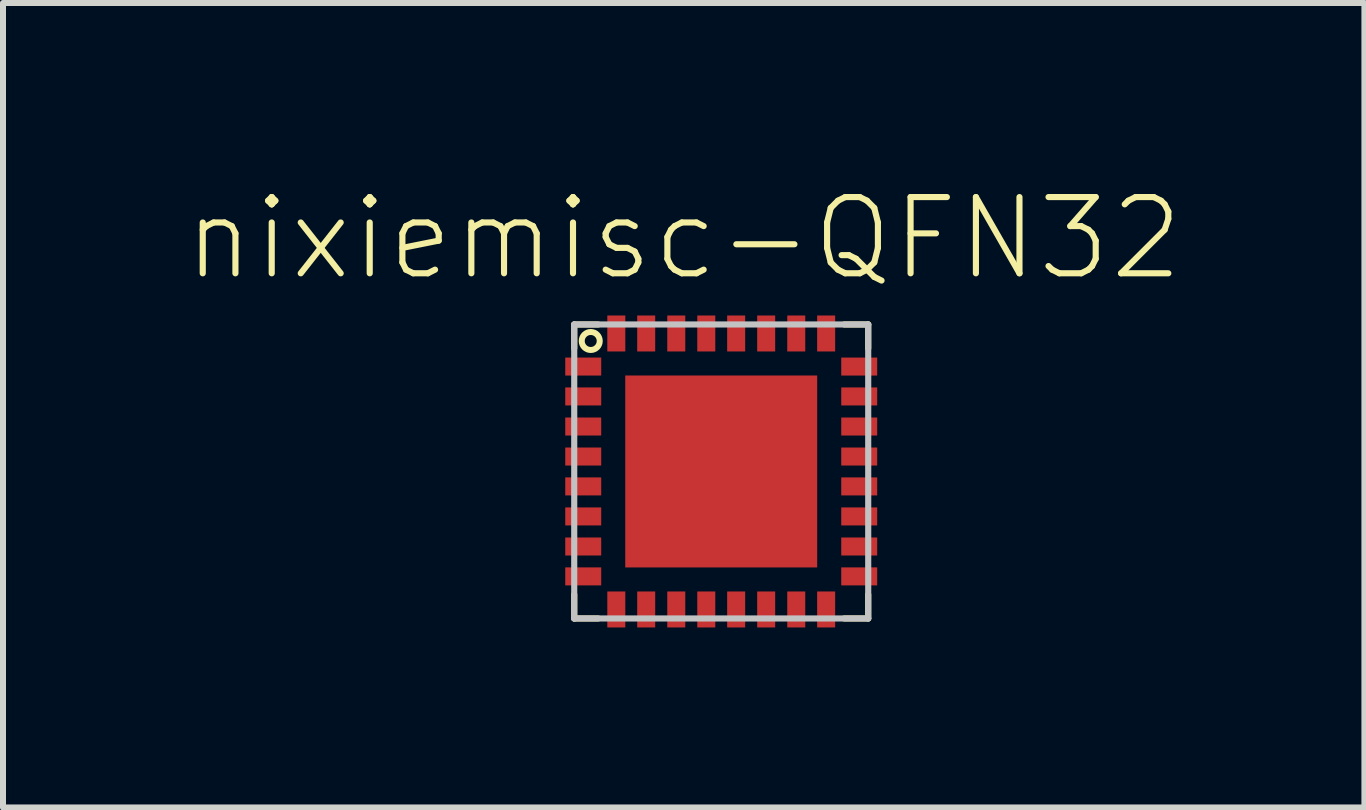
<source format=kicad_pcb>
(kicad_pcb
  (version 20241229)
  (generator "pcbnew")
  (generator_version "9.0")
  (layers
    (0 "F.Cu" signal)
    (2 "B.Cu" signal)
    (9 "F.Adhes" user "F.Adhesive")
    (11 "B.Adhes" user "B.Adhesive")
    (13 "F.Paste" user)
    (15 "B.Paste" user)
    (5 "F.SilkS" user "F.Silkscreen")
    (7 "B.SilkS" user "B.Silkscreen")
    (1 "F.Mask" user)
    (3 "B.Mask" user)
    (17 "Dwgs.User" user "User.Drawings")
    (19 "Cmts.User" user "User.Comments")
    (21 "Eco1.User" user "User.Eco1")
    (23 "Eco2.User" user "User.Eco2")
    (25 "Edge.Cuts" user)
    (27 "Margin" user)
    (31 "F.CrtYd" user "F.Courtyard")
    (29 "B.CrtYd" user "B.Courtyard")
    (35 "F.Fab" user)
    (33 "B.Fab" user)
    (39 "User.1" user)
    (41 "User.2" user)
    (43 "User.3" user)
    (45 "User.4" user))
  (footprint "nixiemisc-QFN32"
    (layer "F.Cu")
    (at 8.966 4.805)
    (property "Reference" "nixiemisc-QFN32" (at -0.625 -3.884 0) (layer "F.SilkS") (effects (font (size 1.27 1.27) (thickness 0.102))))
    (attr smd)
    (fp_poly (pts (xy -2.548 -1.349) (xy -2.05 -1.349) (xy -2.05 -1.148) (xy -2.548 -1.148) (xy -2.548 -1.349)) (stroke (width 0.102) (type solid)) (fill no) (layer "F.Mask"))
    (fp_poly (pts (xy -2.548 -0.848) (xy -2.05 -0.848) (xy -2.05 -0.648) (xy -2.548 -0.648) (xy -2.548 -0.848)) (stroke (width 0.102) (type solid)) (fill no) (layer "F.Mask"))
    (fp_poly (pts (xy -2.548 -0.348) (xy -2.05 -0.348) (xy -2.05 -0.15) (xy -2.548 -0.15) (xy -2.548 -0.348)) (stroke (width 0.102) (type solid)) (fill no) (layer "F.Mask"))
    (fp_poly (pts (xy -2.548 0.15) (xy -2.05 0.15) (xy -2.05 0.348) (xy -2.548 0.348) (xy -2.548 0.15)) (stroke (width 0.102) (type solid)) (fill no) (layer "F.Mask"))
    (fp_poly (pts (xy -2.548 0.648) (xy -2.05 0.648) (xy -2.05 0.848) (xy -2.548 0.848) (xy -2.548 0.648)) (stroke (width 0.102) (type solid)) (fill no) (layer "F.Mask"))
    (fp_poly (pts (xy -2.548 1.148) (xy -2.05 1.148) (xy -2.05 1.349) (xy -2.548 1.349) (xy -2.548 1.148)) (stroke (width 0.102) (type solid)) (fill no) (layer "F.Mask"))
    (fp_poly (pts (xy -1.349 2.548) (xy -1.349 2.05) (xy -1.148 2.05) (xy -1.148 2.548) (xy -1.349 2.548)) (stroke (width 0.102) (type solid)) (fill no) (layer "F.Mask"))
    (fp_poly (pts (xy -1.323 -1.323) (xy 1.323 -1.323) (xy 1.323 1.323) (xy -1.323 1.323) (xy -1.323 -1.323)) (stroke (width 0.498) (type solid)) (fill no) (layer "F.Mask"))
    (fp_poly (pts (xy -1.148 -2.548) (xy -1.148 -2.05) (xy -1.349 -2.05) (xy -1.349 -2.548) (xy -1.148 -2.548)) (stroke (width 0.102) (type solid)) (fill no) (layer "F.Mask"))
    (fp_poly (pts (xy -0.848 2.548) (xy -0.848 2.05) (xy -0.648 2.05) (xy -0.648 2.548) (xy -0.848 2.548)) (stroke (width 0.102) (type solid)) (fill no) (layer "F.Mask"))
    (fp_poly (pts (xy -0.648 -2.548) (xy -0.648 -2.05) (xy -0.848 -2.05) (xy -0.848 -2.548) (xy -0.648 -2.548)) (stroke (width 0.102) (type solid)) (fill no) (layer "F.Mask"))
    (fp_poly (pts (xy -0.348 2.548) (xy -0.348 2.05) (xy -0.15 2.05) (xy -0.15 2.548) (xy -0.348 2.548)) (stroke (width 0.102) (type solid)) (fill no) (layer "F.Mask"))
    (fp_poly (pts (xy -0.15 -2.548) (xy -0.15 -2.05) (xy -0.348 -2.05) (xy -0.348 -2.548) (xy -0.15 -2.548)) (stroke (width 0.102) (type solid)) (fill no) (layer "F.Mask"))
    (fp_poly (pts (xy 0.15 2.548) (xy 0.15 2.05) (xy 0.348 2.05) (xy 0.348 2.548) (xy 0.15 2.548)) (stroke (width 0.102) (type solid)) (fill no) (layer "F.Mask"))
    (fp_poly (pts (xy 0.348 -2.548) (xy 0.348 -2.05) (xy 0.15 -2.05) (xy 0.15 -2.548) (xy 0.348 -2.548)) (stroke (width 0.102) (type solid)) (fill no) (layer "F.Mask"))
    (fp_poly (pts (xy 0.648 2.548) (xy 0.648 2.05) (xy 0.848 2.05) (xy 0.848 2.548) (xy 0.648 2.548)) (stroke (width 0.102) (type solid)) (fill no) (layer "F.Mask"))
    (fp_poly (pts (xy 0.848 -2.548) (xy 0.848 -2.05) (xy 0.648 -2.05) (xy 0.648 -2.548) (xy 0.848 -2.548)) (stroke (width 0.102) (type solid)) (fill no) (layer "F.Mask"))
    (fp_poly (pts (xy 1.148 2.548) (xy 1.148 2.05) (xy 1.349 2.05) (xy 1.349 2.548) (xy 1.148 2.548)) (stroke (width 0.102) (type solid)) (fill no) (layer "F.Mask"))
    (fp_poly (pts (xy 1.349 -2.548) (xy 1.349 -2.05) (xy 1.148 -2.05) (xy 1.148 -2.548) (xy 1.349 -2.548)) (stroke (width 0.102) (type solid)) (fill no) (layer "F.Mask"))
    (fp_poly (pts (xy 2.548 -1.148) (xy 2.05 -1.148) (xy 2.05 -1.349) (xy 2.548 -1.349) (xy 2.548 -1.148)) (stroke (width 0.102) (type solid)) (fill no) (layer "F.Mask"))
    (fp_poly (pts (xy 2.548 -0.648) (xy 2.05 -0.648) (xy 2.05 -0.848) (xy 2.548 -0.848) (xy 2.548 -0.648)) (stroke (width 0.102) (type solid)) (fill no) (layer "F.Mask"))
    (fp_poly (pts (xy 2.548 -0.15) (xy 2.05 -0.15) (xy 2.05 -0.348) (xy 2.548 -0.348) (xy 2.548 -0.15)) (stroke (width 0.102) (type solid)) (fill no) (layer "F.Mask"))
    (fp_poly (pts (xy 2.548 0.348) (xy 2.05 0.348) (xy 2.05 0.15) (xy 2.548 0.15) (xy 2.548 0.348)) (stroke (width 0.102) (type solid)) (fill no) (layer "F.Mask"))
    (fp_poly (pts (xy 2.548 0.848) (xy 2.05 0.848) (xy 2.05 0.648) (xy 2.548 0.648) (xy 2.548 0.848)) (stroke (width 0.102) (type solid)) (fill no) (layer "F.Mask"))
    (fp_poly (pts (xy 2.548 1.349) (xy 2.05 1.349) (xy 2.05 1.148) (xy 2.548 1.148) (xy 2.548 1.349)) (stroke (width 0.102) (type solid)) (fill no) (layer "F.Mask"))
    (fp_poly (pts (xy -2.548 -1.849) (xy -2.098 -1.849) (xy -2.05 -1.798) (xy -2.05 -1.648) (xy -2.548 -1.648) (xy -2.548 -1.849)) (stroke (width 0.102) (type solid)) (fill no) (layer "F.Mask"))
    (fp_poly (pts (xy -2.548 1.849) (xy -2.098 1.849) (xy -2.05 1.798) (xy -2.05 1.648) (xy -2.548 1.648) (xy -2.548 1.849)) (stroke (width 0.102) (type solid)) (fill no) (layer "F.Mask"))
    (fp_poly (pts (xy -1.849 -2.548) (xy -1.849 -2.098) (xy -1.798 -2.05) (xy -1.648 -2.05) (xy -1.648 -2.548) (xy -1.849 -2.548)) (stroke (width 0.102) (type solid)) (fill no) (layer "F.Mask"))
    (fp_poly (pts (xy -1.849 2.548) (xy -1.849 2.098) (xy -1.798 2.05) (xy -1.648 2.05) (xy -1.648 2.548) (xy -1.849 2.548)) (stroke (width 0.102) (type solid)) (fill no) (layer "F.Mask"))
    (fp_poly (pts (xy 1.849 -2.548) (xy 1.849 -2.098) (xy 1.798 -2.05) (xy 1.648 -2.05) (xy 1.648 -2.548) (xy 1.849 -2.548)) (stroke (width 0.102) (type solid)) (fill no) (layer "F.Mask"))
    (fp_poly (pts (xy 1.849 2.548) (xy 1.849 2.098) (xy 1.798 2.05) (xy 1.648 2.05) (xy 1.648 2.548) (xy 1.849 2.548)) (stroke (width 0.102) (type solid)) (fill no) (layer "F.Mask"))
    (fp_poly (pts (xy 2.548 -1.849) (xy 2.098 -1.849) (xy 2.05 -1.798) (xy 2.05 -1.648) (xy 2.548 -1.648) (xy 2.548 -1.849)) (stroke (width 0.102) (type solid)) (fill no) (layer "F.Mask"))
    (fp_poly (pts (xy 2.548 1.849) (xy 2.098 1.849) (xy 2.05 1.798) (xy 2.05 1.648) (xy 2.548 1.648) (xy 2.548 1.849)) (stroke (width 0.102) (type solid)) (fill no) (layer "F.Mask"))
    (fp_line (start -2.449 -2.449) (end -2.05 -2.449) (stroke (width 0.102) (type solid)) (layer "F.SilkS"))
    (fp_line (start -2.449 -2.05) (end -2.449 -2.449) (stroke (width 0.102) (type solid)) (layer "F.SilkS"))
    (fp_line (start -2.449 2.449) (end -2.449 2.05) (stroke (width 0.102) (type solid)) (layer "F.SilkS"))
    (fp_line (start -2.05 2.449) (end -2.449 2.449) (stroke (width 0.102) (type solid)) (layer "F.SilkS"))
    (fp_line (start 2.05 -2.449) (end 2.449 -2.449) (stroke (width 0.102) (type solid)) (layer "F.SilkS"))
    (fp_line (start 2.449 -2.449) (end 2.449 -2.05) (stroke (width 0.102) (type solid)) (layer "F.SilkS"))
    (fp_line (start 2.449 2.05) (end 2.449 2.449) (stroke (width 0.102) (type solid)) (layer "F.SilkS"))
    (fp_line (start 2.449 2.449) (end 2.05 2.449) (stroke (width 0.102) (type solid)) (layer "F.SilkS"))
    (fp_circle (center -2.174 -2.174) (end -2.174 -2.324) (stroke (width 0.1) (type solid)) (fill no) (layer "F.SilkS"))
    (fp_line (start -1.298 -1.4) (end -0.699 -1.4) (stroke (width 0.066) (type solid)) (layer "F.Paste"))
    (fp_line (start -1.298 -1.1) (end -1.298 -1.4) (stroke (width 0.066) (type solid)) (layer "F.Paste"))
    (fp_line (start -1.298 -1.1) (end -0.699 -1.1) (stroke (width 0.066) (type solid)) (layer "F.Paste"))
    (fp_line (start -1.298 -0.899) (end -0.699 -0.899) (stroke (width 0.066) (type solid)) (layer "F.Paste"))
    (fp_line (start -1.298 -0.599) (end -1.298 -0.899) (stroke (width 0.066) (type solid)) (layer "F.Paste"))
    (fp_line (start -1.298 -0.599) (end -0.699 -0.599) (stroke (width 0.066) (type solid)) (layer "F.Paste"))
    (fp_line (start -1.298 -0.399) (end -0.699 -0.399) (stroke (width 0.066) (type solid)) (layer "F.Paste"))
    (fp_line (start -1.298 -0.099) (end -1.298 -0.399) (stroke (width 0.066) (type solid)) (layer "F.Paste"))
    (fp_line (start -1.298 -0.099) (end -0.699 -0.099) (stroke (width 0.066) (type solid)) (layer "F.Paste"))
    (fp_line (start -1.298 0.099) (end -0.699 0.099) (stroke (width 0.066) (type solid)) (layer "F.Paste"))
    (fp_line (start -1.298 0.399) (end -1.298 0.099) (stroke (width 0.066) (type solid)) (layer "F.Paste"))
    (fp_line (start -1.298 0.399) (end -0.699 0.399) (stroke (width 0.066) (type solid)) (layer "F.Paste"))
    (fp_line (start -1.298 0.599) (end -0.699 0.599) (stroke (width 0.066) (type solid)) (layer "F.Paste"))
    (fp_line (start -1.298 0.899) (end -1.298 0.599) (stroke (width 0.066) (type solid)) (layer "F.Paste"))
    (fp_line (start -1.298 0.899) (end -0.699 0.899) (stroke (width 0.066) (type solid)) (layer "F.Paste"))
    (fp_line (start -1.298 1.1) (end -0.699 1.1) (stroke (width 0.066) (type solid)) (layer "F.Paste"))
    (fp_line (start -1.298 1.4) (end -1.298 1.1) (stroke (width 0.066) (type solid)) (layer "F.Paste"))
    (fp_line (start -1.298 1.4) (end -0.699 1.4) (stroke (width 0.066) (type solid)) (layer "F.Paste"))
    (fp_line (start -0.699 -1.1) (end -0.699 -1.4) (stroke (width 0.066) (type solid)) (layer "F.Paste"))
    (fp_line (start -0.699 -0.599) (end -0.699 -0.899) (stroke (width 0.066) (type solid)) (layer "F.Paste"))
    (fp_line (start -0.699 -0.099) (end -0.699 -0.399) (stroke (width 0.066) (type solid)) (layer "F.Paste"))
    (fp_line (start -0.699 0.399) (end -0.699 0.099) (stroke (width 0.066) (type solid)) (layer "F.Paste"))
    (fp_line (start -0.699 0.899) (end -0.699 0.599) (stroke (width 0.066) (type solid)) (layer "F.Paste"))
    (fp_line (start -0.699 1.4) (end -0.699 1.1) (stroke (width 0.066) (type solid)) (layer "F.Paste"))
    (fp_line (start -0.3 -1.4) (end 0.3 -1.4) (stroke (width 0.066) (type solid)) (layer "F.Paste"))
    (fp_line (start -0.3 -1.1) (end -0.3 -1.4) (stroke (width 0.066) (type solid)) (layer "F.Paste"))
    (fp_line (start -0.3 -1.1) (end 0.3 -1.1) (stroke (width 0.066) (type solid)) (layer "F.Paste"))
    (fp_line (start -0.3 -0.899) (end 0.3 -0.899) (stroke (width 0.066) (type solid)) (layer "F.Paste"))
    (fp_line (start -0.3 -0.599) (end -0.3 -0.899) (stroke (width 0.066) (type solid)) (layer "F.Paste"))
    (fp_line (start -0.3 -0.599) (end 0.3 -0.599) (stroke (width 0.066) (type solid)) (layer "F.Paste"))
    (fp_line (start -0.3 -0.399) (end 0.3 -0.399) (stroke (width 0.066) (type solid)) (layer "F.Paste"))
    (fp_line (start -0.3 -0.099) (end -0.3 -0.399) (stroke (width 0.066) (type solid)) (layer "F.Paste"))
    (fp_line (start -0.3 -0.099) (end 0.3 -0.099) (stroke (width 0.066) (type solid)) (layer "F.Paste"))
    (fp_line (start -0.3 0.099) (end 0.3 0.099) (stroke (width 0.066) (type solid)) (layer "F.Paste"))
    (fp_line (start -0.3 0.399) (end -0.3 0.099) (stroke (width 0.066) (type solid)) (layer "F.Paste"))
    (fp_line (start -0.3 0.399) (end 0.3 0.399) (stroke (width 0.066) (type solid)) (layer "F.Paste"))
    (fp_line (start -0.3 0.599) (end 0.3 0.599) (stroke (width 0.066) (type solid)) (layer "F.Paste"))
    (fp_line (start -0.3 0.899) (end -0.3 0.599) (stroke (width 0.066) (type solid)) (layer "F.Paste"))
    (fp_line (start -0.3 0.899) (end 0.3 0.899) (stroke (width 0.066) (type solid)) (layer "F.Paste"))
    (fp_line (start -0.3 1.1) (end 0.3 1.1) (stroke (width 0.066) (type solid)) (layer "F.Paste"))
    (fp_line (start -0.3 1.4) (end -0.3 1.1) (stroke (width 0.066) (type solid)) (layer "F.Paste"))
    (fp_line (start -0.3 1.4) (end 0.3 1.4) (stroke (width 0.066) (type solid)) (layer "F.Paste"))
    (fp_line (start 0.3 -1.1) (end 0.3 -1.4) (stroke (width 0.066) (type solid)) (layer "F.Paste"))
    (fp_line (start 0.3 -0.599) (end 0.3 -0.899) (stroke (width 0.066) (type solid)) (layer "F.Paste"))
    (fp_line (start 0.3 -0.099) (end 0.3 -0.399) (stroke (width 0.066) (type solid)) (layer "F.Paste"))
    (fp_line (start 0.3 0.399) (end 0.3 0.099) (stroke (width 0.066) (type solid)) (layer "F.Paste"))
    (fp_line (start 0.3 0.899) (end 0.3 0.599) (stroke (width 0.066) (type solid)) (layer "F.Paste"))
    (fp_line (start 0.3 1.4) (end 0.3 1.1) (stroke (width 0.066) (type solid)) (layer "F.Paste"))
    (fp_line (start 0.699 -1.4) (end 1.298 -1.4) (stroke (width 0.066) (type solid)) (layer "F.Paste"))
    (fp_line (start 0.699 -1.1) (end 0.699 -1.4) (stroke (width 0.066) (type solid)) (layer "F.Paste"))
    (fp_line (start 0.699 -1.1) (end 1.298 -1.1) (stroke (width 0.066) (type solid)) (layer "F.Paste"))
    (fp_line (start 0.699 -0.899) (end 1.298 -0.899) (stroke (width 0.066) (type solid)) (layer "F.Paste"))
    (fp_line (start 0.699 -0.599) (end 0.699 -0.899) (stroke (width 0.066) (type solid)) (layer "F.Paste"))
    (fp_line (start 0.699 -0.599) (end 1.298 -0.599) (stroke (width 0.066) (type solid)) (layer "F.Paste"))
    (fp_line (start 0.699 -0.399) (end 1.298 -0.399) (stroke (width 0.066) (type solid)) (layer "F.Paste"))
    (fp_line (start 0.699 -0.099) (end 0.699 -0.399) (stroke (width 0.066) (type solid)) (layer "F.Paste"))
    (fp_line (start 0.699 -0.099) (end 1.298 -0.099) (stroke (width 0.066) (type solid)) (layer "F.Paste"))
    (fp_line (start 0.699 0.099) (end 1.298 0.099) (stroke (width 0.066) (type solid)) (layer "F.Paste"))
    (fp_line (start 0.699 0.399) (end 0.699 0.099) (stroke (width 0.066) (type solid)) (layer "F.Paste"))
    (fp_line (start 0.699 0.399) (end 1.298 0.399) (stroke (width 0.066) (type solid)) (layer "F.Paste"))
    (fp_line (start 0.699 0.599) (end 1.298 0.599) (stroke (width 0.066) (type solid)) (layer "F.Paste"))
    (fp_line (start 0.699 0.899) (end 0.699 0.599) (stroke (width 0.066) (type solid)) (layer "F.Paste"))
    (fp_line (start 0.699 0.899) (end 1.298 0.899) (stroke (width 0.066) (type solid)) (layer "F.Paste"))
    (fp_line (start 0.699 1.1) (end 1.298 1.1) (stroke (width 0.066) (type solid)) (layer "F.Paste"))
    (fp_line (start 0.699 1.4) (end 0.699 1.1) (stroke (width 0.066) (type solid)) (layer "F.Paste"))
    (fp_line (start 0.699 1.4) (end 1.298 1.4) (stroke (width 0.066) (type solid)) (layer "F.Paste"))
    (fp_line (start 1.298 -1.1) (end 1.298 -1.4) (stroke (width 0.066) (type solid)) (layer "F.Paste"))
    (fp_line (start 1.298 -0.599) (end 1.298 -0.899) (stroke (width 0.066) (type solid)) (layer "F.Paste"))
    (fp_line (start 1.298 -0.099) (end 1.298 -0.399) (stroke (width 0.066) (type solid)) (layer "F.Paste"))
    (fp_line (start 1.298 0.399) (end 1.298 0.099) (stroke (width 0.066) (type solid)) (layer "F.Paste"))
    (fp_line (start 1.298 0.899) (end 1.298 0.599) (stroke (width 0.066) (type solid)) (layer "F.Paste"))
    (fp_line (start 1.298 1.4) (end 1.298 1.1) (stroke (width 0.066) (type solid)) (layer "F.Paste"))
    (fp_poly (pts (xy -2.525 -1.323) (xy -2.073 -1.323) (xy -2.073 -1.173) (xy -2.525 -1.173) (xy -2.525 -1.323)) (stroke (width 0.102) (type solid)) (fill no) (layer "F.Paste"))
    (fp_poly (pts (xy -2.525 -0.823) (xy -2.073 -0.823) (xy -2.073 -0.673) (xy -2.525 -0.673) (xy -2.525 -0.823)) (stroke (width 0.102) (type solid)) (fill no) (layer "F.Paste"))
    (fp_poly (pts (xy -2.525 -0.323) (xy -2.073 -0.323) (xy -2.073 -0.173) (xy -2.525 -0.173) (xy -2.525 -0.323)) (stroke (width 0.102) (type solid)) (fill no) (layer "F.Paste"))
    (fp_poly (pts (xy -2.525 0.173) (xy -2.073 0.173) (xy -2.073 0.323) (xy -2.525 0.323) (xy -2.525 0.173)) (stroke (width 0.102) (type solid)) (fill no) (layer "F.Paste"))
    (fp_poly (pts (xy -2.525 0.673) (xy -2.073 0.673) (xy -2.073 0.823) (xy -2.525 0.823) (xy -2.525 0.673)) (stroke (width 0.102) (type solid)) (fill no) (layer "F.Paste"))
    (fp_poly (pts (xy -2.525 1.173) (xy -2.073 1.173) (xy -2.073 1.323) (xy -2.525 1.323) (xy -2.525 1.173)) (stroke (width 0.102) (type solid)) (fill no) (layer "F.Paste"))
    (fp_poly (pts (xy -1.323 2.525) (xy -1.323 2.073) (xy -1.173 2.073) (xy -1.173 2.525) (xy -1.323 2.525)) (stroke (width 0.102) (type solid)) (fill no) (layer "F.Paste"))
    (fp_poly (pts (xy -1.173 -2.525) (xy -1.173 -2.073) (xy -1.323 -2.073) (xy -1.323 -2.525) (xy -1.173 -2.525)) (stroke (width 0.102) (type solid)) (fill no) (layer "F.Paste"))
    (fp_poly (pts (xy -0.823 2.525) (xy -0.823 2.073) (xy -0.673 2.073) (xy -0.673 2.525) (xy -0.823 2.525)) (stroke (width 0.102) (type solid)) (fill no) (layer "F.Paste"))
    (fp_poly (pts (xy -0.673 -2.525) (xy -0.673 -2.073) (xy -0.823 -2.073) (xy -0.823 -2.525) (xy -0.673 -2.525)) (stroke (width 0.102) (type solid)) (fill no) (layer "F.Paste"))
    (fp_poly (pts (xy -0.323 2.525) (xy -0.323 2.073) (xy -0.173 2.073) (xy -0.173 2.525) (xy -0.323 2.525)) (stroke (width 0.102) (type solid)) (fill no) (layer "F.Paste"))
    (fp_poly (pts (xy -0.173 -2.525) (xy -0.173 -2.073) (xy -0.323 -2.073) (xy -0.323 -2.525) (xy -0.173 -2.525)) (stroke (width 0.102) (type solid)) (fill no) (layer "F.Paste"))
    (fp_poly (pts (xy 0.173 2.525) (xy 0.173 2.073) (xy 0.323 2.073) (xy 0.323 2.525) (xy 0.173 2.525)) (stroke (width 0.102) (type solid)) (fill no) (layer "F.Paste"))
    (fp_poly (pts (xy 0.323 -2.525) (xy 0.323 -2.073) (xy 0.173 -2.073) (xy 0.173 -2.525) (xy 0.323 -2.525)) (stroke (width 0.102) (type solid)) (fill no) (layer "F.Paste"))
    (fp_poly (pts (xy 0.673 2.525) (xy 0.673 2.073) (xy 0.823 2.073) (xy 0.823 2.525) (xy 0.673 2.525)) (stroke (width 0.102) (type solid)) (fill no) (layer "F.Paste"))
    (fp_poly (pts (xy 0.823 -2.525) (xy 0.823 -2.073) (xy 0.673 -2.073) (xy 0.673 -2.525) (xy 0.823 -2.525)) (stroke (width 0.102) (type solid)) (fill no) (layer "F.Paste"))
    (fp_poly (pts (xy 1.173 2.525) (xy 1.173 2.073) (xy 1.323 2.073) (xy 1.323 2.525) (xy 1.173 2.525)) (stroke (width 0.102) (type solid)) (fill no) (layer "F.Paste"))
    (fp_poly (pts (xy 1.323 -2.525) (xy 1.323 -2.073) (xy 1.173 -2.073) (xy 1.173 -2.525) (xy 1.323 -2.525)) (stroke (width 0.102) (type solid)) (fill no) (layer "F.Paste"))
    (fp_poly (pts (xy 2.525 -1.173) (xy 2.073 -1.173) (xy 2.073 -1.323) (xy 2.525 -1.323) (xy 2.525 -1.173)) (stroke (width 0.102) (type solid)) (fill no) (layer "F.Paste"))
    (fp_poly (pts (xy 2.525 -0.673) (xy 2.073 -0.673) (xy 2.073 -0.823) (xy 2.525 -0.823) (xy 2.525 -0.673)) (stroke (width 0.102) (type solid)) (fill no) (layer "F.Paste"))
    (fp_poly (pts (xy 2.525 -0.173) (xy 2.073 -0.173) (xy 2.073 -0.323) (xy 2.525 -0.323) (xy 2.525 -0.173)) (stroke (width 0.102) (type solid)) (fill no) (layer "F.Paste"))
    (fp_poly (pts (xy 2.525 0.323) (xy 2.073 0.323) (xy 2.073 0.173) (xy 2.525 0.173) (xy 2.525 0.323)) (stroke (width 0.102) (type solid)) (fill no) (layer "F.Paste"))
    (fp_poly (pts (xy 2.525 0.823) (xy 2.073 0.823) (xy 2.073 0.673) (xy 2.525 0.673) (xy 2.525 0.823)) (stroke (width 0.102) (type solid)) (fill no) (layer "F.Paste"))
    (fp_poly (pts (xy 2.525 1.323) (xy 2.073 1.323) (xy 2.073 1.173) (xy 2.525 1.173) (xy 2.525 1.323)) (stroke (width 0.102) (type solid)) (fill no) (layer "F.Paste"))
    (fp_poly (pts (xy -2.525 -1.824) (xy -2.123 -1.824) (xy -2.073 -1.773) (xy -2.073 -1.674) (xy -2.525 -1.674) (xy -2.525 -1.824)) (stroke (width 0.102) (type solid)) (fill no) (layer "F.Paste"))
    (fp_poly (pts (xy -2.525 1.824) (xy -2.123 1.824) (xy -2.073 1.773) (xy -2.073 1.674) (xy -2.525 1.674) (xy -2.525 1.824)) (stroke (width 0.102) (type solid)) (fill no) (layer "F.Paste"))
    (fp_poly (pts (xy -1.824 -2.525) (xy -1.824 -2.123) (xy -1.773 -2.073) (xy -1.674 -2.073) (xy -1.674 -2.525) (xy -1.824 -2.525)) (stroke (width 0.102) (type solid)) (fill no) (layer "F.Paste"))
    (fp_poly (pts (xy -1.824 2.525) (xy -1.824 2.123) (xy -1.773 2.073) (xy -1.674 2.073) (xy -1.674 2.525) (xy -1.824 2.525)) (stroke (width 0.102) (type solid)) (fill no) (layer "F.Paste"))
    (fp_poly (pts (xy 1.824 -2.525) (xy 1.824 -2.123) (xy 1.773 -2.073) (xy 1.674 -2.073) (xy 1.674 -2.525) (xy 1.824 -2.525)) (stroke (width 0.102) (type solid)) (fill no) (layer "F.Paste"))
    (fp_poly (pts (xy 1.824 2.525) (xy 1.824 2.123) (xy 1.773 2.073) (xy 1.674 2.073) (xy 1.674 2.525) (xy 1.824 2.525)) (stroke (width 0.102) (type solid)) (fill no) (layer "F.Paste"))
    (fp_poly (pts (xy 2.525 -1.824) (xy 2.123 -1.824) (xy 2.073 -1.773) (xy 2.073 -1.674) (xy 2.525 -1.674) (xy 2.525 -1.824)) (stroke (width 0.102) (type solid)) (fill no) (layer "F.Paste"))
    (fp_poly (pts (xy 2.525 1.824) (xy 2.123 1.824) (xy 2.073 1.773) (xy 2.073 1.674) (xy 2.525 1.674) (xy 2.525 1.824)) (stroke (width 0.102) (type solid)) (fill no) (layer "F.Paste"))
    (fp_line (start -2.449 -2.449) (end 2.449 -2.449) (stroke (width 0.102) (type solid)) (layer "Dwgs.User"))
    (fp_line (start -2.449 2.449) (end -2.449 -2.449) (stroke (width 0.102) (type solid)) (layer "Dwgs.User"))
    (fp_line (start 2.449 -2.449) (end 2.449 2.449) (stroke (width 0.102) (type solid)) (layer "Dwgs.User"))
    (fp_line (start 2.449 2.449) (end -2.449 2.449) (stroke (width 0.102) (type solid)) (layer "Dwgs.User"))
    (pad "1" smd rect (at -2.299 -1.748) (size 0.599 0.3) (layers "F.Cu" "F.Mask" "F.Paste"))
    (pad "2" smd rect (at -2.299 -1.25) (size 0.599 0.3) (layers "F.Cu" "F.Mask" "F.Paste"))
    (pad "3" smd rect (at -2.299 -0.749) (size 0.599 0.3) (layers "F.Cu" "F.Mask" "F.Paste"))
    (pad "4" smd rect (at -2.299 -0.249) (size 0.599 0.3) (layers "F.Cu" "F.Mask" "F.Paste"))
    (pad "5" smd rect (at -2.299 0.249) (size 0.599 0.3) (layers "F.Cu" "F.Mask" "F.Paste"))
    (pad "6" smd rect (at -2.299 0.749) (size 0.599 0.3) (layers "F.Cu" "F.Mask" "F.Paste"))
    (pad "7" smd rect (at -2.299 1.25) (size 0.599 0.3) (layers "F.Cu" "F.Mask" "F.Paste"))
    (pad "8" smd rect (at -2.299 1.748) (size 0.599 0.3) (layers "F.Cu" "F.Mask" "F.Paste"))
    (pad "9" smd rect (at -1.748 2.299 90) (size 0.599 0.3) (layers "F.Cu" "F.Mask" "F.Paste"))
    (pad "10" smd rect (at -1.25 2.299 90) (size 0.599 0.3) (layers "F.Cu" "F.Mask" "F.Paste"))
    (pad "11" smd rect (at -0.749 2.299 90) (size 0.599 0.3) (layers "F.Cu" "F.Mask" "F.Paste"))
    (pad "12" smd rect (at -0.249 2.299 90) (size 0.599 0.3) (layers "F.Cu" "F.Mask" "F.Paste"))
    (pad "13" smd rect (at 0.249 2.299 90) (size 0.599 0.3) (layers "F.Cu" "F.Mask" "F.Paste"))
    (pad "14" smd rect (at 0.749 2.299 90) (size 0.599 0.3) (layers "F.Cu" "F.Mask" "F.Paste"))
    (pad "15" smd rect (at 1.25 2.299 90) (size 0.599 0.3) (layers "F.Cu" "F.Mask" "F.Paste"))
    (pad "16" smd rect (at 1.748 2.299 90) (size 0.599 0.3) (layers "F.Cu" "F.Mask" "F.Paste"))
    (pad "17" smd rect (at 2.299 1.748 180) (size 0.599 0.3) (layers "F.Cu" "F.Mask" "F.Paste"))
    (pad "18" smd rect (at 2.299 1.25 180) (size 0.599 0.3) (layers "F.Cu" "F.Mask" "F.Paste"))
    (pad "19" smd rect (at 2.299 0.749 180) (size 0.599 0.3) (layers "F.Cu" "F.Mask" "F.Paste"))
    (pad "20" smd rect (at 2.299 0.249 180) (size 0.599 0.3) (layers "F.Cu" "F.Mask" "F.Paste"))
    (pad "21" smd rect (at 2.299 -0.249 180) (size 0.599 0.3) (layers "F.Cu" "F.Mask" "F.Paste"))
    (pad "22" smd rect (at 2.299 -0.749 180) (size 0.599 0.3) (layers "F.Cu" "F.Mask" "F.Paste"))
    (pad "23" smd rect (at 2.299 -1.25 180) (size 0.599 0.3) (layers "F.Cu" "F.Mask" "F.Paste"))
    (pad "24" smd rect (at 2.299 -1.748 180) (size 0.599 0.3) (layers "F.Cu" "F.Mask" "F.Paste"))
    (pad "25" smd rect (at 1.748 -2.299 270) (size 0.599 0.3) (layers "F.Cu" "F.Mask" "F.Paste"))
    (pad "26" smd rect (at 1.25 -2.299 270) (size 0.599 0.3) (layers "F.Cu" "F.Mask" "F.Paste"))
    (pad "27" smd rect (at 0.749 -2.299 270) (size 0.599 0.3) (layers "F.Cu" "F.Mask" "F.Paste"))
    (pad "28" smd rect (at 0.249 -2.299 270) (size 0.599 0.3) (layers "F.Cu" "F.Mask" "F.Paste"))
    (pad "29" smd rect (at -0.249 -2.299 270) (size 0.599 0.3) (layers "F.Cu" "F.Mask" "F.Paste"))
    (pad "30" smd rect (at -0.749 -2.299 270) (size 0.599 0.3) (layers "F.Cu" "F.Mask" "F.Paste"))
    (pad "31" smd rect (at -1.25 -2.299 270) (size 0.599 0.3) (layers "F.Cu" "F.Mask" "F.Paste"))
    (pad "32" smd rect (at -1.748 -2.299 270) (size 0.599 0.3) (layers "F.Cu" "F.Mask" "F.Paste"))
    (pad "EXP" smd rect (at 0 0) (size 3.198 3.198) (layers "F.Cu" "F.Mask" "F.Paste")))
  (gr_rect
    (start -3 -3)
    (end 19.682 10.403)
    (stroke (width 0.1) (type default))
    (fill no)
    (layer "Edge.Cuts")))
</source>
